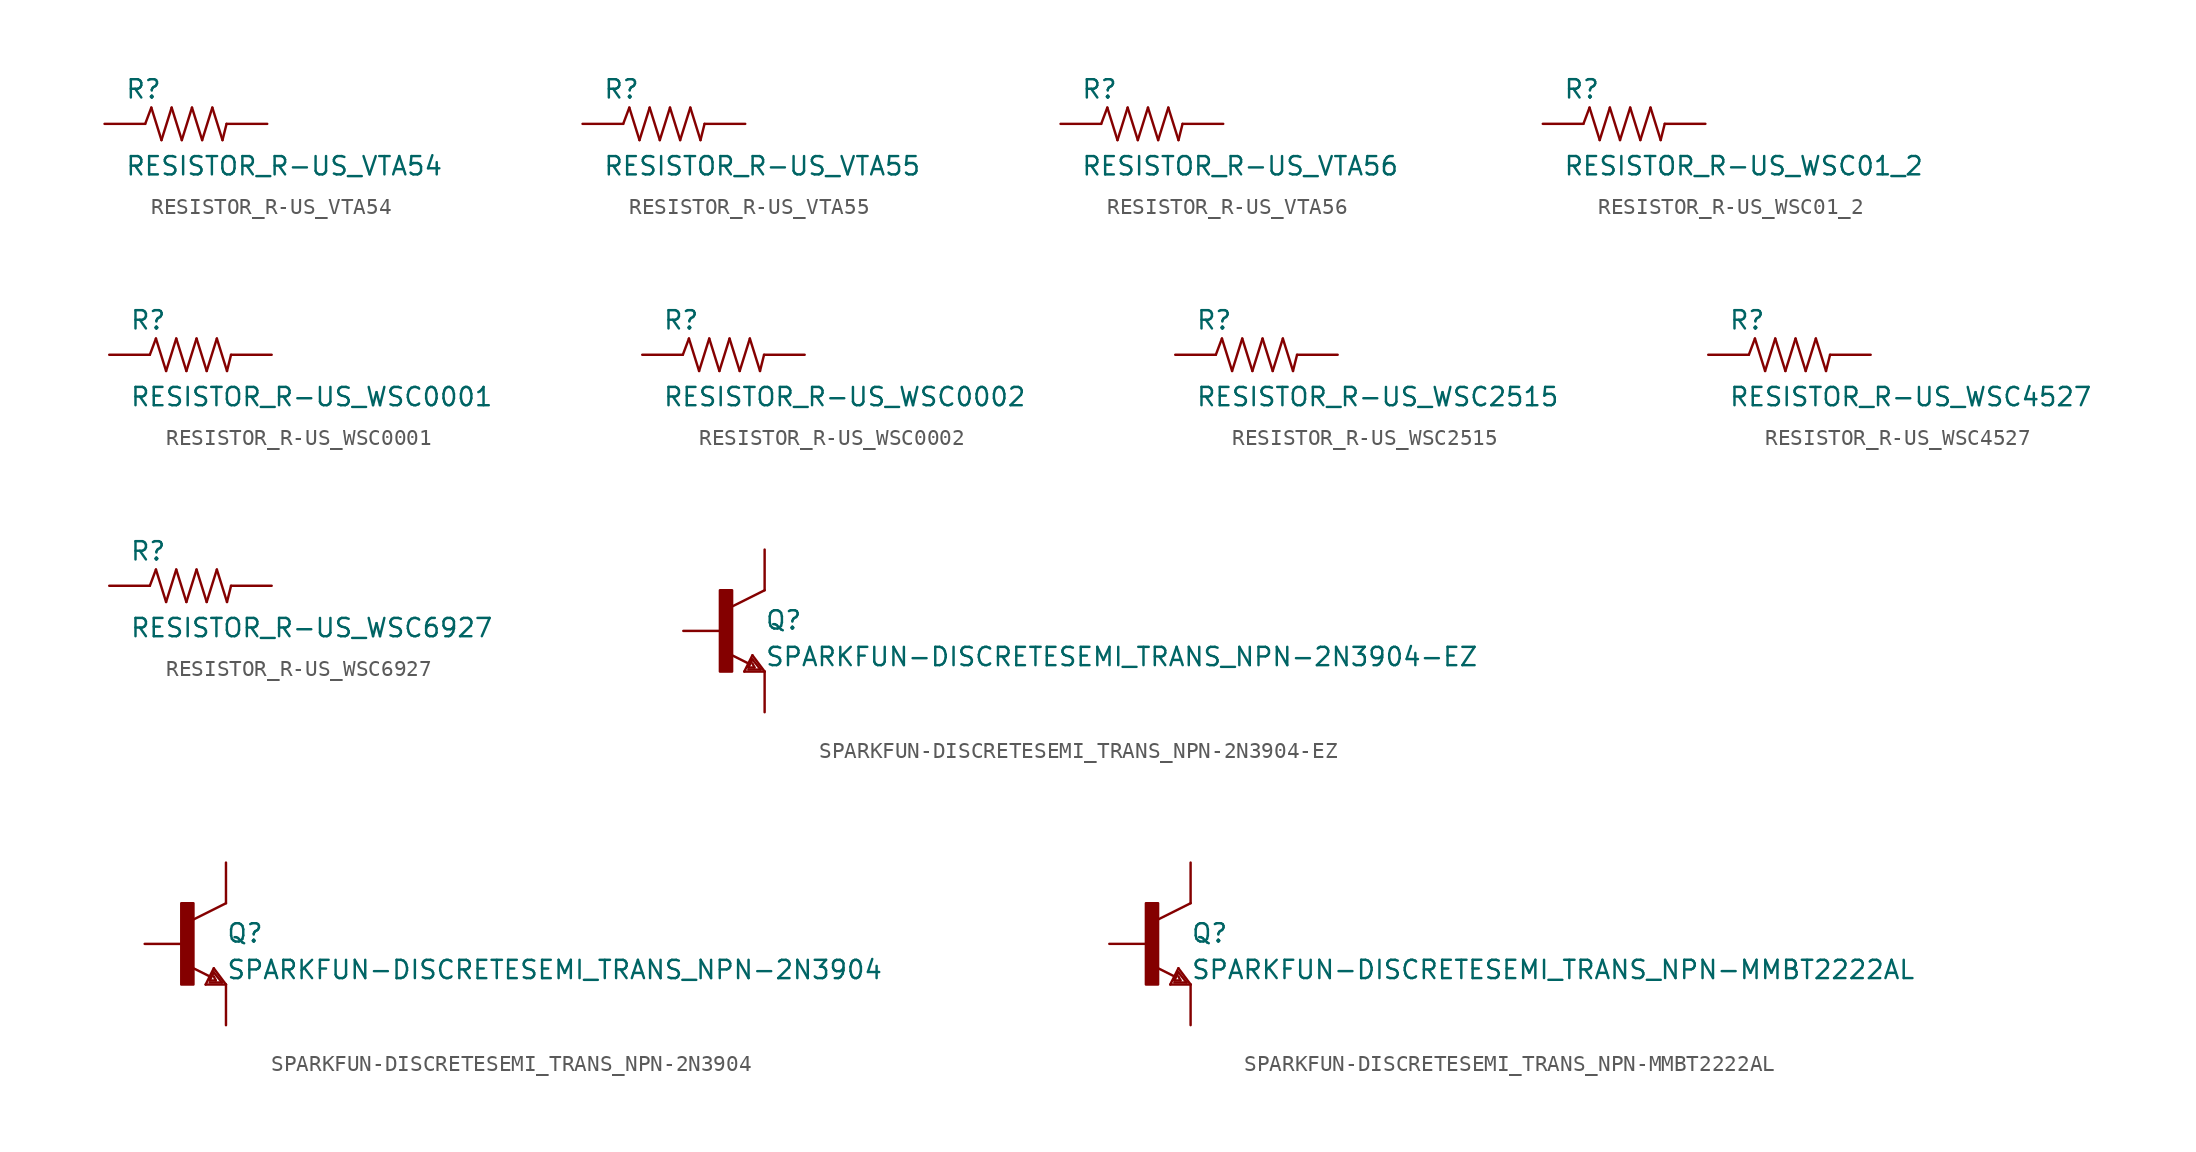
<source format=kicad_sym>
(kicad_symbol_lib
  (version 20210619)
  (generator kicad_symbol_editor)
  (symbol "RESISTOR_R-US_VTA54"
    (pin_numbers hide)
    (pin_names
      (offset 1.016) hide)
    (property "Reference" "R"
      (at -3.81 1.499 0)
      (effects (font (size 1.143 1.143)) (justify left bottom)))
    (property "Value" "RESISTOR_R-US_VTA54"
      (at -3.81 -3.302 0)
      (effects (font (size 1.143 1.143)) (justify left bottom)))
    (property "ki_locked" ""
      (at 0 0 0)
      (effects (font (size 1.27 1.27))))
    (symbol "RESISTOR_R-US_VTA54_1_0"
      (polyline (pts (xy -2.54 0) (xy -2.159 1.016)) (stroke (width 0)) (fill (type none)))
      (polyline (pts (xy -2.159 1.016) (xy -1.524 -1.016)) (stroke (width 0)) (fill (type none)))
      (polyline (pts (xy -1.524 -1.016) (xy -0.889 1.016)) (stroke (width 0)) (fill (type none)))
      (polyline (pts (xy -0.889 1.016) (xy -0.254 -1.016)) (stroke (width 0)) (fill (type none)))
      (polyline (pts (xy -0.254 -1.016) (xy 0.381 1.016)) (stroke (width 0)) (fill (type none)))
      (polyline (pts (xy 0.381 1.016) (xy 1.016 -1.016)) (stroke (width 0)) (fill (type none)))
      (polyline (pts (xy 1.016 -1.016) (xy 1.651 1.016)) (stroke (width 0)) (fill (type none)))
      (polyline (pts (xy 1.651 1.016) (xy 2.286 -1.016)) (stroke (width 0)) (fill (type none)))
      (polyline (pts (xy 2.286 -1.016) (xy 2.54 0)) (stroke (width 0)) (fill (type none))))
    (symbol "RESISTOR_R-US_VTA54_1_1"
      (pin passive line (at -5.08 0 0) (length 2.54) (name "1" (effects (font (size 1.016 1.016)))) (number "1" (effects (font (size 1.016 1.016)))))
      (pin passive line (at 5.08 0 180) (length 2.54) (name "2" (effects (font (size 1.016 1.016)))) (number "2" (effects (font (size 1.016 1.016)))))))
  (symbol "RESISTOR_R-US_VTA55"
    (pin_numbers hide)
    (pin_names
      (offset 1.016) hide)
    (property "Reference" "R"
      (at -3.81 1.499 0)
      (effects (font (size 1.143 1.143)) (justify left bottom)))
    (property "Value" "RESISTOR_R-US_VTA55"
      (at -3.81 -3.302 0)
      (effects (font (size 1.143 1.143)) (justify left bottom)))
    (property "ki_locked" ""
      (at 0 0 0)
      (effects (font (size 1.27 1.27))))
    (symbol "RESISTOR_R-US_VTA55_1_0"
      (polyline (pts (xy -2.54 0) (xy -2.159 1.016)) (stroke (width 0)) (fill (type none)))
      (polyline (pts (xy -2.159 1.016) (xy -1.524 -1.016)) (stroke (width 0)) (fill (type none)))
      (polyline (pts (xy -1.524 -1.016) (xy -0.889 1.016)) (stroke (width 0)) (fill (type none)))
      (polyline (pts (xy -0.889 1.016) (xy -0.254 -1.016)) (stroke (width 0)) (fill (type none)))
      (polyline (pts (xy -0.254 -1.016) (xy 0.381 1.016)) (stroke (width 0)) (fill (type none)))
      (polyline (pts (xy 0.381 1.016) (xy 1.016 -1.016)) (stroke (width 0)) (fill (type none)))
      (polyline (pts (xy 1.016 -1.016) (xy 1.651 1.016)) (stroke (width 0)) (fill (type none)))
      (polyline (pts (xy 1.651 1.016) (xy 2.286 -1.016)) (stroke (width 0)) (fill (type none)))
      (polyline (pts (xy 2.286 -1.016) (xy 2.54 0)) (stroke (width 0)) (fill (type none))))
    (symbol "RESISTOR_R-US_VTA55_1_1"
      (pin passive line (at -5.08 0 0) (length 2.54) (name "1" (effects (font (size 1.016 1.016)))) (number "1" (effects (font (size 1.016 1.016)))))
      (pin passive line (at 5.08 0 180) (length 2.54) (name "2" (effects (font (size 1.016 1.016)))) (number "2" (effects (font (size 1.016 1.016)))))))
  (symbol "RESISTOR_R-US_VTA56"
    (pin_numbers hide)
    (pin_names
      (offset 1.016) hide)
    (property "Reference" "R"
      (at -3.81 1.499 0)
      (effects (font (size 1.143 1.143)) (justify left bottom)))
    (property "Value" "RESISTOR_R-US_VTA56"
      (at -3.81 -3.302 0)
      (effects (font (size 1.143 1.143)) (justify left bottom)))
    (property "ki_locked" ""
      (at 0 0 0)
      (effects (font (size 1.27 1.27))))
    (symbol "RESISTOR_R-US_VTA56_1_0"
      (polyline (pts (xy -2.54 0) (xy -2.159 1.016)) (stroke (width 0)) (fill (type none)))
      (polyline (pts (xy -2.159 1.016) (xy -1.524 -1.016)) (stroke (width 0)) (fill (type none)))
      (polyline (pts (xy -1.524 -1.016) (xy -0.889 1.016)) (stroke (width 0)) (fill (type none)))
      (polyline (pts (xy -0.889 1.016) (xy -0.254 -1.016)) (stroke (width 0)) (fill (type none)))
      (polyline (pts (xy -0.254 -1.016) (xy 0.381 1.016)) (stroke (width 0)) (fill (type none)))
      (polyline (pts (xy 0.381 1.016) (xy 1.016 -1.016)) (stroke (width 0)) (fill (type none)))
      (polyline (pts (xy 1.016 -1.016) (xy 1.651 1.016)) (stroke (width 0)) (fill (type none)))
      (polyline (pts (xy 1.651 1.016) (xy 2.286 -1.016)) (stroke (width 0)) (fill (type none)))
      (polyline (pts (xy 2.286 -1.016) (xy 2.54 0)) (stroke (width 0)) (fill (type none))))
    (symbol "RESISTOR_R-US_VTA56_1_1"
      (pin passive line (at -5.08 0 0) (length 2.54) (name "1" (effects (font (size 1.016 1.016)))) (number "1" (effects (font (size 1.016 1.016)))))
      (pin passive line (at 5.08 0 180) (length 2.54) (name "2" (effects (font (size 1.016 1.016)))) (number "2" (effects (font (size 1.016 1.016)))))))
  (symbol "RESISTOR_R-US_WSC01_2"
    (pin_numbers hide)
    (pin_names
      (offset 1.016) hide)
    (property "Reference" "R"
      (at -3.81 1.499 0)
      (effects (font (size 1.143 1.143)) (justify left bottom)))
    (property "Value" "RESISTOR_R-US_WSC01_2"
      (at -3.81 -3.302 0)
      (effects (font (size 1.143 1.143)) (justify left bottom)))
    (property "ki_locked" ""
      (at 0 0 0)
      (effects (font (size 1.27 1.27))))
    (symbol "RESISTOR_R-US_WSC01_2_1_0"
      (polyline (pts (xy -2.54 0) (xy -2.159 1.016)) (stroke (width 0)) (fill (type none)))
      (polyline (pts (xy -2.159 1.016) (xy -1.524 -1.016)) (stroke (width 0)) (fill (type none)))
      (polyline (pts (xy -1.524 -1.016) (xy -0.889 1.016)) (stroke (width 0)) (fill (type none)))
      (polyline (pts (xy -0.889 1.016) (xy -0.254 -1.016)) (stroke (width 0)) (fill (type none)))
      (polyline (pts (xy -0.254 -1.016) (xy 0.381 1.016)) (stroke (width 0)) (fill (type none)))
      (polyline (pts (xy 0.381 1.016) (xy 1.016 -1.016)) (stroke (width 0)) (fill (type none)))
      (polyline (pts (xy 1.016 -1.016) (xy 1.651 1.016)) (stroke (width 0)) (fill (type none)))
      (polyline (pts (xy 1.651 1.016) (xy 2.286 -1.016)) (stroke (width 0)) (fill (type none)))
      (polyline (pts (xy 2.286 -1.016) (xy 2.54 0)) (stroke (width 0)) (fill (type none))))
    (symbol "RESISTOR_R-US_WSC01_2_1_1"
      (pin passive line (at -5.08 0 0) (length 2.54) (name "1" (effects (font (size 1.016 1.016)))) (number "1" (effects (font (size 1.016 1.016)))))
      (pin passive line (at 5.08 0 180) (length 2.54) (name "2" (effects (font (size 1.016 1.016)))) (number "2" (effects (font (size 1.016 1.016)))))))
  (symbol "RESISTOR_R-US_WSC0001"
    (pin_numbers hide)
    (pin_names
      (offset 1.016) hide)
    (property "Reference" "R"
      (at -3.81 1.499 0)
      (effects (font (size 1.143 1.143)) (justify left bottom)))
    (property "Value" "RESISTOR_R-US_WSC0001"
      (at -3.81 -3.302 0)
      (effects (font (size 1.143 1.143)) (justify left bottom)))
    (property "ki_locked" ""
      (at 0 0 0)
      (effects (font (size 1.27 1.27))))
    (symbol "RESISTOR_R-US_WSC0001_1_0"
      (polyline (pts (xy -2.54 0) (xy -2.159 1.016)) (stroke (width 0)) (fill (type none)))
      (polyline (pts (xy -2.159 1.016) (xy -1.524 -1.016)) (stroke (width 0)) (fill (type none)))
      (polyline (pts (xy -1.524 -1.016) (xy -0.889 1.016)) (stroke (width 0)) (fill (type none)))
      (polyline (pts (xy -0.889 1.016) (xy -0.254 -1.016)) (stroke (width 0)) (fill (type none)))
      (polyline (pts (xy -0.254 -1.016) (xy 0.381 1.016)) (stroke (width 0)) (fill (type none)))
      (polyline (pts (xy 0.381 1.016) (xy 1.016 -1.016)) (stroke (width 0)) (fill (type none)))
      (polyline (pts (xy 1.016 -1.016) (xy 1.651 1.016)) (stroke (width 0)) (fill (type none)))
      (polyline (pts (xy 1.651 1.016) (xy 2.286 -1.016)) (stroke (width 0)) (fill (type none)))
      (polyline (pts (xy 2.286 -1.016) (xy 2.54 0)) (stroke (width 0)) (fill (type none))))
    (symbol "RESISTOR_R-US_WSC0001_1_1"
      (pin passive line (at -5.08 0 0) (length 2.54) (name "1" (effects (font (size 1.016 1.016)))) (number "1" (effects (font (size 1.016 1.016)))))
      (pin passive line (at 5.08 0 180) (length 2.54) (name "2" (effects (font (size 1.016 1.016)))) (number "2" (effects (font (size 1.016 1.016)))))))
  (symbol "RESISTOR_R-US_WSC0002"
    (pin_numbers hide)
    (pin_names
      (offset 1.016) hide)
    (property "Reference" "R"
      (at -3.81 1.499 0)
      (effects (font (size 1.143 1.143)) (justify left bottom)))
    (property "Value" "RESISTOR_R-US_WSC0002"
      (at -3.81 -3.302 0)
      (effects (font (size 1.143 1.143)) (justify left bottom)))
    (property "ki_locked" ""
      (at 0 0 0)
      (effects (font (size 1.27 1.27))))
    (symbol "RESISTOR_R-US_WSC0002_1_0"
      (polyline (pts (xy -2.54 0) (xy -2.159 1.016)) (stroke (width 0)) (fill (type none)))
      (polyline (pts (xy -2.159 1.016) (xy -1.524 -1.016)) (stroke (width 0)) (fill (type none)))
      (polyline (pts (xy -1.524 -1.016) (xy -0.889 1.016)) (stroke (width 0)) (fill (type none)))
      (polyline (pts (xy -0.889 1.016) (xy -0.254 -1.016)) (stroke (width 0)) (fill (type none)))
      (polyline (pts (xy -0.254 -1.016) (xy 0.381 1.016)) (stroke (width 0)) (fill (type none)))
      (polyline (pts (xy 0.381 1.016) (xy 1.016 -1.016)) (stroke (width 0)) (fill (type none)))
      (polyline (pts (xy 1.016 -1.016) (xy 1.651 1.016)) (stroke (width 0)) (fill (type none)))
      (polyline (pts (xy 1.651 1.016) (xy 2.286 -1.016)) (stroke (width 0)) (fill (type none)))
      (polyline (pts (xy 2.286 -1.016) (xy 2.54 0)) (stroke (width 0)) (fill (type none))))
    (symbol "RESISTOR_R-US_WSC0002_1_1"
      (pin passive line (at -5.08 0 0) (length 2.54) (name "1" (effects (font (size 1.016 1.016)))) (number "1" (effects (font (size 1.016 1.016)))))
      (pin passive line (at 5.08 0 180) (length 2.54) (name "2" (effects (font (size 1.016 1.016)))) (number "2" (effects (font (size 1.016 1.016)))))))
  (symbol "RESISTOR_R-US_WSC2515"
    (pin_numbers hide)
    (pin_names
      (offset 1.016) hide)
    (property "Reference" "R"
      (at -3.81 1.499 0)
      (effects (font (size 1.143 1.143)) (justify left bottom)))
    (property "Value" "RESISTOR_R-US_WSC2515"
      (at -3.81 -3.302 0)
      (effects (font (size 1.143 1.143)) (justify left bottom)))
    (property "ki_locked" ""
      (at 0 0 0)
      (effects (font (size 1.27 1.27))))
    (symbol "RESISTOR_R-US_WSC2515_1_0"
      (polyline (pts (xy -2.54 0) (xy -2.159 1.016)) (stroke (width 0)) (fill (type none)))
      (polyline (pts (xy -2.159 1.016) (xy -1.524 -1.016)) (stroke (width 0)) (fill (type none)))
      (polyline (pts (xy -1.524 -1.016) (xy -0.889 1.016)) (stroke (width 0)) (fill (type none)))
      (polyline (pts (xy -0.889 1.016) (xy -0.254 -1.016)) (stroke (width 0)) (fill (type none)))
      (polyline (pts (xy -0.254 -1.016) (xy 0.381 1.016)) (stroke (width 0)) (fill (type none)))
      (polyline (pts (xy 0.381 1.016) (xy 1.016 -1.016)) (stroke (width 0)) (fill (type none)))
      (polyline (pts (xy 1.016 -1.016) (xy 1.651 1.016)) (stroke (width 0)) (fill (type none)))
      (polyline (pts (xy 1.651 1.016) (xy 2.286 -1.016)) (stroke (width 0)) (fill (type none)))
      (polyline (pts (xy 2.286 -1.016) (xy 2.54 0)) (stroke (width 0)) (fill (type none))))
    (symbol "RESISTOR_R-US_WSC2515_1_1"
      (pin passive line (at -5.08 0 0) (length 2.54) (name "1" (effects (font (size 1.016 1.016)))) (number "1" (effects (font (size 1.016 1.016)))))
      (pin passive line (at 5.08 0 180) (length 2.54) (name "2" (effects (font (size 1.016 1.016)))) (number "2" (effects (font (size 1.016 1.016)))))))
  (symbol "RESISTOR_R-US_WSC4527"
    (pin_numbers hide)
    (pin_names
      (offset 1.016) hide)
    (property "Reference" "R"
      (at -3.81 1.499 0)
      (effects (font (size 1.143 1.143)) (justify left bottom)))
    (property "Value" "RESISTOR_R-US_WSC4527"
      (at -3.81 -3.302 0)
      (effects (font (size 1.143 1.143)) (justify left bottom)))
    (property "ki_locked" ""
      (at 0 0 0)
      (effects (font (size 1.27 1.27))))
    (symbol "RESISTOR_R-US_WSC4527_1_0"
      (polyline (pts (xy -2.54 0) (xy -2.159 1.016)) (stroke (width 0)) (fill (type none)))
      (polyline (pts (xy -2.159 1.016) (xy -1.524 -1.016)) (stroke (width 0)) (fill (type none)))
      (polyline (pts (xy -1.524 -1.016) (xy -0.889 1.016)) (stroke (width 0)) (fill (type none)))
      (polyline (pts (xy -0.889 1.016) (xy -0.254 -1.016)) (stroke (width 0)) (fill (type none)))
      (polyline (pts (xy -0.254 -1.016) (xy 0.381 1.016)) (stroke (width 0)) (fill (type none)))
      (polyline (pts (xy 0.381 1.016) (xy 1.016 -1.016)) (stroke (width 0)) (fill (type none)))
      (polyline (pts (xy 1.016 -1.016) (xy 1.651 1.016)) (stroke (width 0)) (fill (type none)))
      (polyline (pts (xy 1.651 1.016) (xy 2.286 -1.016)) (stroke (width 0)) (fill (type none)))
      (polyline (pts (xy 2.286 -1.016) (xy 2.54 0)) (stroke (width 0)) (fill (type none))))
    (symbol "RESISTOR_R-US_WSC4527_1_1"
      (pin passive line (at -5.08 0 0) (length 2.54) (name "1" (effects (font (size 1.016 1.016)))) (number "1" (effects (font (size 1.016 1.016)))))
      (pin passive line (at 5.08 0 180) (length 2.54) (name "2" (effects (font (size 1.016 1.016)))) (number "2" (effects (font (size 1.016 1.016)))))))
  (symbol "RESISTOR_R-US_WSC6927"
    (pin_numbers hide)
    (pin_names
      (offset 1.016) hide)
    (property "Reference" "R"
      (at -3.81 1.499 0)
      (effects (font (size 1.143 1.143)) (justify left bottom)))
    (property "Value" "RESISTOR_R-US_WSC6927"
      (at -3.81 -3.302 0)
      (effects (font (size 1.143 1.143)) (justify left bottom)))
    (property "ki_locked" ""
      (at 0 0 0)
      (effects (font (size 1.27 1.27))))
    (symbol "RESISTOR_R-US_WSC6927_1_0"
      (polyline (pts (xy -2.54 0) (xy -2.159 1.016)) (stroke (width 0)) (fill (type none)))
      (polyline (pts (xy -2.159 1.016) (xy -1.524 -1.016)) (stroke (width 0)) (fill (type none)))
      (polyline (pts (xy -1.524 -1.016) (xy -0.889 1.016)) (stroke (width 0)) (fill (type none)))
      (polyline (pts (xy -0.889 1.016) (xy -0.254 -1.016)) (stroke (width 0)) (fill (type none)))
      (polyline (pts (xy -0.254 -1.016) (xy 0.381 1.016)) (stroke (width 0)) (fill (type none)))
      (polyline (pts (xy 0.381 1.016) (xy 1.016 -1.016)) (stroke (width 0)) (fill (type none)))
      (polyline (pts (xy 1.016 -1.016) (xy 1.651 1.016)) (stroke (width 0)) (fill (type none)))
      (polyline (pts (xy 1.651 1.016) (xy 2.286 -1.016)) (stroke (width 0)) (fill (type none)))
      (polyline (pts (xy 2.286 -1.016) (xy 2.54 0)) (stroke (width 0)) (fill (type none))))
    (symbol "RESISTOR_R-US_WSC6927_1_1"
      (pin passive line (at -5.08 0 0) (length 2.54) (name "1" (effects (font (size 1.016 1.016)))) (number "1" (effects (font (size 1.016 1.016)))))
      (pin passive line (at 5.08 0 180) (length 2.54) (name "2" (effects (font (size 1.016 1.016)))) (number "2" (effects (font (size 1.016 1.016)))))))
  (symbol "SPARKFUN-DISCRETESEMI_TRANS_NPN-2N3904-EZ"
    (pin_numbers hide)
    (pin_names
      (offset 1.016) hide)
    (property "Reference" "Q"
      (at 2.54 0 0)
      (effects (font (size 1.143 1.143)) (justify left bottom)))
    (property "Value" "SPARKFUN-DISCRETESEMI_TRANS_NPN-2N3904-EZ"
      (at 2.54 -2.286 0)
      (effects (font (size 1.143 1.143)) (justify left bottom)))
    (property "ki_locked" ""
      (at 0 0 0)
      (effects (font (size 1.27 1.27))))
    (symbol "SPARKFUN-DISCRETESEMI_TRANS_NPN-2N3904-EZ_1_0"
      (polyline (pts (xy 1.27 -2.54) (xy 1.778 -1.524)) (stroke (width 0)) (fill (type none)))
      (polyline (pts (xy 1.524 -2.413) (xy 2.286 -2.413)) (stroke (width 0)) (fill (type none)))
      (polyline (pts (xy 1.524 -2.286) (xy 1.905 -2.286)) (stroke (width 0)) (fill (type none)))
      (polyline (pts (xy 1.524 -2.032) (xy 0.305 -1.422)) (stroke (width 0)) (fill (type none)))
      (polyline (pts (xy 1.778 -1.778) (xy 1.524 -2.286)) (stroke (width 0)) (fill (type none)))
      (polyline (pts (xy 1.778 -1.524) (xy 2.54 -2.54)) (stroke (width 0)) (fill (type none)))
      (polyline (pts (xy 1.905 -2.286) (xy 1.778 -2.032)) (stroke (width 0)) (fill (type none)))
      (polyline (pts (xy 2.286 -2.413) (xy 1.778 -1.778)) (stroke (width 0)) (fill (type none)))
      (polyline (pts (xy 2.54 -2.54) (xy 1.27 -2.54)) (stroke (width 0)) (fill (type none)))
      (polyline (pts (xy 2.54 2.54) (xy 0.508 1.524)) (stroke (width 0)) (fill (type none))))
    (symbol "SPARKFUN-DISCRETESEMI_TRANS_NPN-2N3904-EZ_1_1"
      (rectangle (start -0.254 -2.54) (end 0.508 2.54) (stroke (width 0)) (fill (type outline)))
      (pin passive line (at 2.54 -5.08 90) (length 2.54) (name "E" (effects (font (size 1.016 1.016)))) (number "1" (effects (font (size 1.016 1.016)))))
      (pin passive line (at -2.54 0 0) (length 2.54) (name "B" (effects (font (size 1.016 1.016)))) (number "2" (effects (font (size 1.016 1.016)))))
      (pin passive line (at 2.54 5.08 270) (length 2.54) (name "C" (effects (font (size 1.016 1.016)))) (number "3" (effects (font (size 1.016 1.016)))))))
  (symbol "SPARKFUN-DISCRETESEMI_TRANS_NPN-2N3904"
    (pin_numbers hide)
    (pin_names
      (offset 1.016) hide)
    (property "Reference" "Q"
      (at 2.54 0 0)
      (effects (font (size 1.143 1.143)) (justify left bottom)))
    (property "Value" "SPARKFUN-DISCRETESEMI_TRANS_NPN-2N3904"
      (at 2.54 -2.286 0)
      (effects (font (size 1.143 1.143)) (justify left bottom)))
    (property "ki_locked" ""
      (at 0 0 0)
      (effects (font (size 1.27 1.27))))
    (symbol "SPARKFUN-DISCRETESEMI_TRANS_NPN-2N3904_1_0"
      (polyline (pts (xy 1.27 -2.54) (xy 1.778 -1.524)) (stroke (width 0)) (fill (type none)))
      (polyline (pts (xy 1.524 -2.413) (xy 2.286 -2.413)) (stroke (width 0)) (fill (type none)))
      (polyline (pts (xy 1.524 -2.286) (xy 1.905 -2.286)) (stroke (width 0)) (fill (type none)))
      (polyline (pts (xy 1.524 -2.032) (xy 0.305 -1.422)) (stroke (width 0)) (fill (type none)))
      (polyline (pts (xy 1.778 -1.778) (xy 1.524 -2.286)) (stroke (width 0)) (fill (type none)))
      (polyline (pts (xy 1.778 -1.524) (xy 2.54 -2.54)) (stroke (width 0)) (fill (type none)))
      (polyline (pts (xy 1.905 -2.286) (xy 1.778 -2.032)) (stroke (width 0)) (fill (type none)))
      (polyline (pts (xy 2.286 -2.413) (xy 1.778 -1.778)) (stroke (width 0)) (fill (type none)))
      (polyline (pts (xy 2.54 -2.54) (xy 1.27 -2.54)) (stroke (width 0)) (fill (type none)))
      (polyline (pts (xy 2.54 2.54) (xy 0.508 1.524)) (stroke (width 0)) (fill (type none))))
    (symbol "SPARKFUN-DISCRETESEMI_TRANS_NPN-2N3904_1_1"
      (rectangle (start -0.254 -2.54) (end 0.508 2.54) (stroke (width 0)) (fill (type outline)))
      (pin passive line (at 2.54 -5.08 90) (length 2.54) (name "E" (effects (font (size 1.016 1.016)))) (number "1" (effects (font (size 1.016 1.016)))))
      (pin passive line (at -2.54 0 0) (length 2.54) (name "B" (effects (font (size 1.016 1.016)))) (number "2" (effects (font (size 1.016 1.016)))))
      (pin passive line (at 2.54 5.08 270) (length 2.54) (name "C" (effects (font (size 1.016 1.016)))) (number "3" (effects (font (size 1.016 1.016)))))))
  (symbol "SPARKFUN-DISCRETESEMI_TRANS_NPN-MMBT2222AL"
    (pin_numbers hide)
    (pin_names
      (offset 1.016) hide)
    (property "Reference" "Q"
      (at 2.54 0 0)
      (effects (font (size 1.143 1.143)) (justify left bottom)))
    (property "Value" "SPARKFUN-DISCRETESEMI_TRANS_NPN-MMBT2222AL"
      (at 2.54 -2.286 0)
      (effects (font (size 1.143 1.143)) (justify left bottom)))
    (property "ki_locked" ""
      (at 0 0 0)
      (effects (font (size 1.27 1.27))))
    (symbol "SPARKFUN-DISCRETESEMI_TRANS_NPN-MMBT2222AL_1_0"
      (polyline (pts (xy 1.27 -2.54) (xy 1.778 -1.524)) (stroke (width 0)) (fill (type none)))
      (polyline (pts (xy 1.524 -2.413) (xy 2.286 -2.413)) (stroke (width 0)) (fill (type none)))
      (polyline (pts (xy 1.524 -2.286) (xy 1.905 -2.286)) (stroke (width 0)) (fill (type none)))
      (polyline (pts (xy 1.524 -2.032) (xy 0.305 -1.422)) (stroke (width 0)) (fill (type none)))
      (polyline (pts (xy 1.778 -1.778) (xy 1.524 -2.286)) (stroke (width 0)) (fill (type none)))
      (polyline (pts (xy 1.778 -1.524) (xy 2.54 -2.54)) (stroke (width 0)) (fill (type none)))
      (polyline (pts (xy 1.905 -2.286) (xy 1.778 -2.032)) (stroke (width 0)) (fill (type none)))
      (polyline (pts (xy 2.286 -2.413) (xy 1.778 -1.778)) (stroke (width 0)) (fill (type none)))
      (polyline (pts (xy 2.54 -2.54) (xy 1.27 -2.54)) (stroke (width 0)) (fill (type none)))
      (polyline (pts (xy 2.54 2.54) (xy 0.508 1.524)) (stroke (width 0)) (fill (type none))))
    (symbol "SPARKFUN-DISCRETESEMI_TRANS_NPN-MMBT2222AL_1_1"
      (rectangle (start -0.254 -2.54) (end 0.508 2.54) (stroke (width 0)) (fill (type outline)))
      (pin passive line (at -2.54 0 0) (length 2.54) (name "B" (effects (font (size 1.016 1.016)))) (number "1" (effects (font (size 1.016 1.016)))))
      (pin passive line (at 2.54 -5.08 90) (length 2.54) (name "E" (effects (font (size 1.016 1.016)))) (number "2" (effects (font (size 1.016 1.016)))))
      (pin passive line (at 2.54 5.08 270) (length 2.54) (name "C" (effects (font (size 1.016 1.016)))) (number "3" (effects (font (size 1.016 1.016))))))))
</source>
